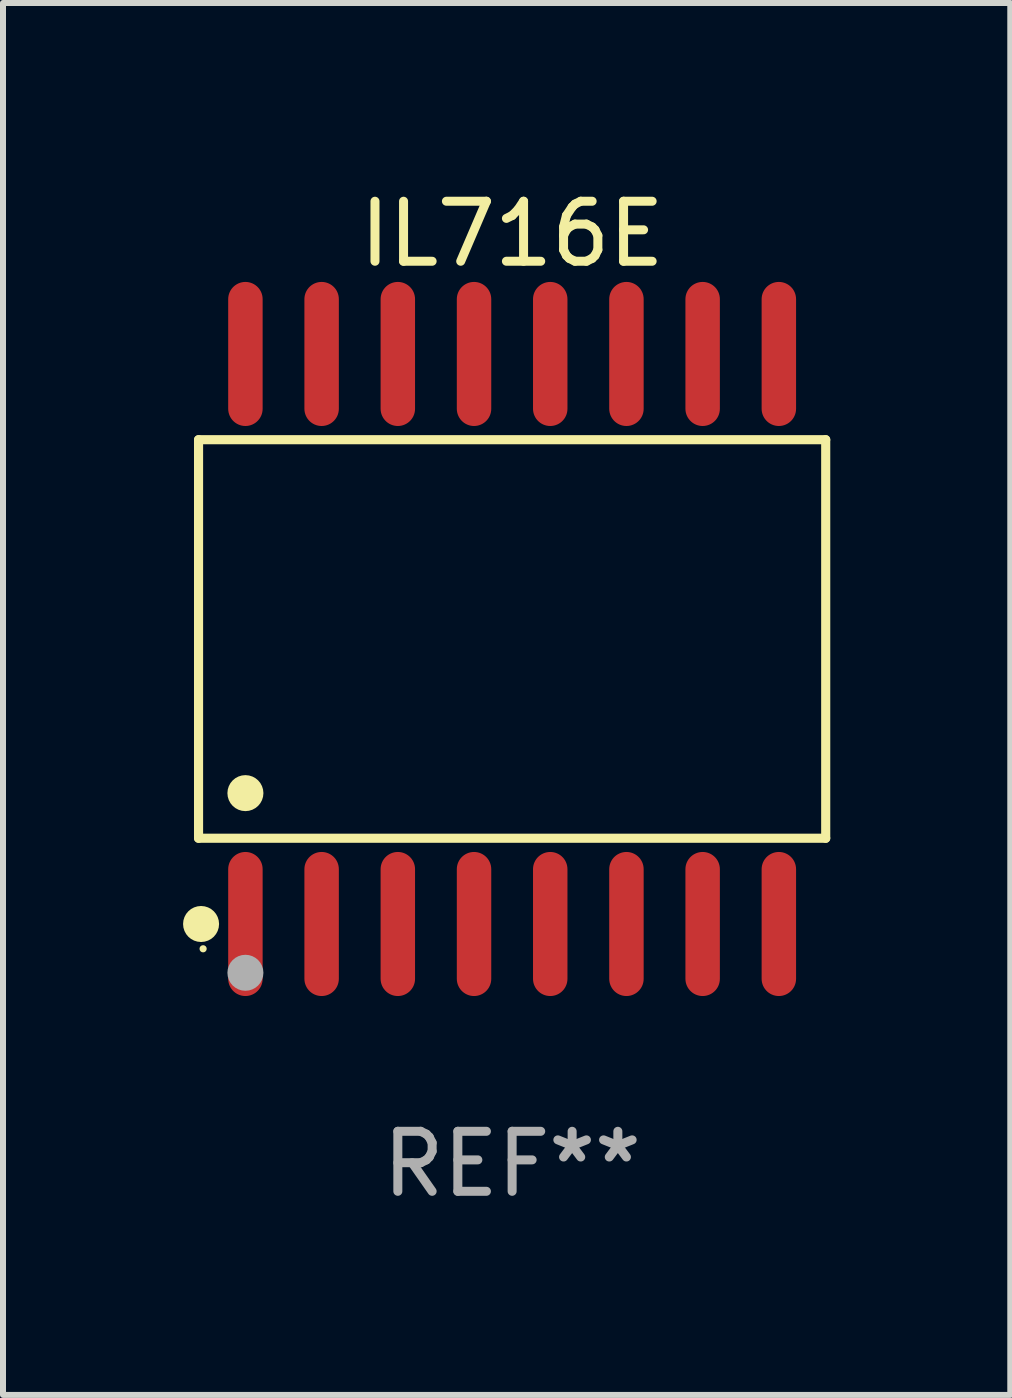
<source format=kicad_pcb>
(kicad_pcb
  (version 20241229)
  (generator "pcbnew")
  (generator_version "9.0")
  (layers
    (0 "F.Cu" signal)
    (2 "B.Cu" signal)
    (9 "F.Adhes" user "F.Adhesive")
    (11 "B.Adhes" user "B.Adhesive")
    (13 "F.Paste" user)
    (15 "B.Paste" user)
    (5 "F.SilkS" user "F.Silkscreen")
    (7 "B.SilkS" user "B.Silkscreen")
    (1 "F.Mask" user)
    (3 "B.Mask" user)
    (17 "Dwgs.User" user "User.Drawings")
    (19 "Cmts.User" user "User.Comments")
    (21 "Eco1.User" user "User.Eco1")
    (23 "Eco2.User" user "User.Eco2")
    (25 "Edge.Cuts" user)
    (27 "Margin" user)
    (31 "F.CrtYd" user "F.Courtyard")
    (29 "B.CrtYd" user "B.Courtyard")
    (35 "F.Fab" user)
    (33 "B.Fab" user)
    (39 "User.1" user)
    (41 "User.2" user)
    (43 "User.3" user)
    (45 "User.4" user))
  (footprint "IL716E"
    (layer "F.Cu")
    (at 5.485 7.599)
    (property "Reference" "IL716E" (at 0 -6.75 0) (layer "F.SilkS") (effects (font (size 1 1) (thickness 0.15))))
    (attr through_hole)
    (fp_line (start -5.226 -3.321) (end 5.226 -3.321) (stroke (width 0.152) (type solid)) (layer "F.SilkS"))
    (fp_line (start -5.226 3.321) (end -5.226 -3.321) (stroke (width 0.152) (type solid)) (layer "F.SilkS"))
    (fp_line (start 5.226 -3.321) (end 5.226 3.321) (stroke (width 0.152) (type solid)) (layer "F.SilkS"))
    (fp_line (start 5.226 3.321) (end -5.226 3.321) (stroke (width 0.152) (type solid)) (layer "F.SilkS"))
    (fp_circle (center -5.184 4.75) (end -5.034 4.75) (stroke (width 0.3) (type solid)) (fill no) (layer "F.SilkS"))
    (fp_circle (center -5.15 5.163) (end -5.12 5.163) (stroke (width 0.06) (type solid)) (fill no) (layer "F.SilkS"))
    (fp_circle (center -4.445 2.569) (end -4.295 2.569) (stroke (width 0.3) (type solid)) (fill no) (layer "F.SilkS"))
    (fp_circle (center -4.445 5.563) (end -4.295 5.563) (stroke (width 0.3) (type solid)) (fill no) (layer "F.Fab"))
    (fp_text user "REF**" (at 0 8.75 0) (layer "F.Fab") (effects (font (size 1 1) (thickness 0.15))))
    (pad "1" smd oval (at -4.445 4.75) (size 0.574 2.401) (layers "F.Cu" "F.Mask" "F.Paste"))
    (pad "2" smd oval (at -3.175 4.75) (size 0.574 2.401) (layers "F.Cu" "F.Mask" "F.Paste"))
    (pad "3" smd oval (at -1.905 4.75) (size 0.574 2.401) (layers "F.Cu" "F.Mask" "F.Paste"))
    (pad "4" smd oval (at -0.635 4.75) (size 0.574 2.401) (layers "F.Cu" "F.Mask" "F.Paste"))
    (pad "5" smd oval (at 0.635 4.75) (size 0.574 2.401) (layers "F.Cu" "F.Mask" "F.Paste"))
    (pad "6" smd oval (at 1.905 4.75) (size 0.574 2.401) (layers "F.Cu" "F.Mask" "F.Paste"))
    (pad "7" smd oval (at 3.175 4.75) (size 0.574 2.401) (layers "F.Cu" "F.Mask" "F.Paste"))
    (pad "8" smd oval (at 4.445 4.75) (size 0.574 2.401) (layers "F.Cu" "F.Mask" "F.Paste"))
    (pad "9" smd oval (at 4.445 -4.75) (size 0.574 2.401) (layers "F.Cu" "F.Mask" "F.Paste"))
    (pad "10" smd oval (at 3.175 -4.75) (size 0.574 2.401) (layers "F.Cu" "F.Mask" "F.Paste"))
    (pad "11" smd oval (at 1.905 -4.75) (size 0.574 2.401) (layers "F.Cu" "F.Mask" "F.Paste"))
    (pad "12" smd oval (at 0.635 -4.75) (size 0.574 2.401) (layers "F.Cu" "F.Mask" "F.Paste"))
    (pad "13" smd oval (at -0.635 -4.75) (size 0.574 2.401) (layers "F.Cu" "F.Mask" "F.Paste"))
    (pad "14" smd oval (at -1.905 -4.75) (size 0.574 2.401) (layers "F.Cu" "F.Mask" "F.Paste"))
    (pad "15" smd oval (at -3.175 -4.75) (size 0.574 2.401) (layers "F.Cu" "F.Mask" "F.Paste"))
    (pad "16" smd oval (at -4.445 -4.75) (size 0.574 2.401) (layers "F.Cu" "F.Mask" "F.Paste")))
  (gr_rect
    (start -3 -3)
    (end 13.787 20.197)
    (stroke (width 0.1) (type default))
    (fill no)
    (layer "Edge.Cuts")))
</source>
